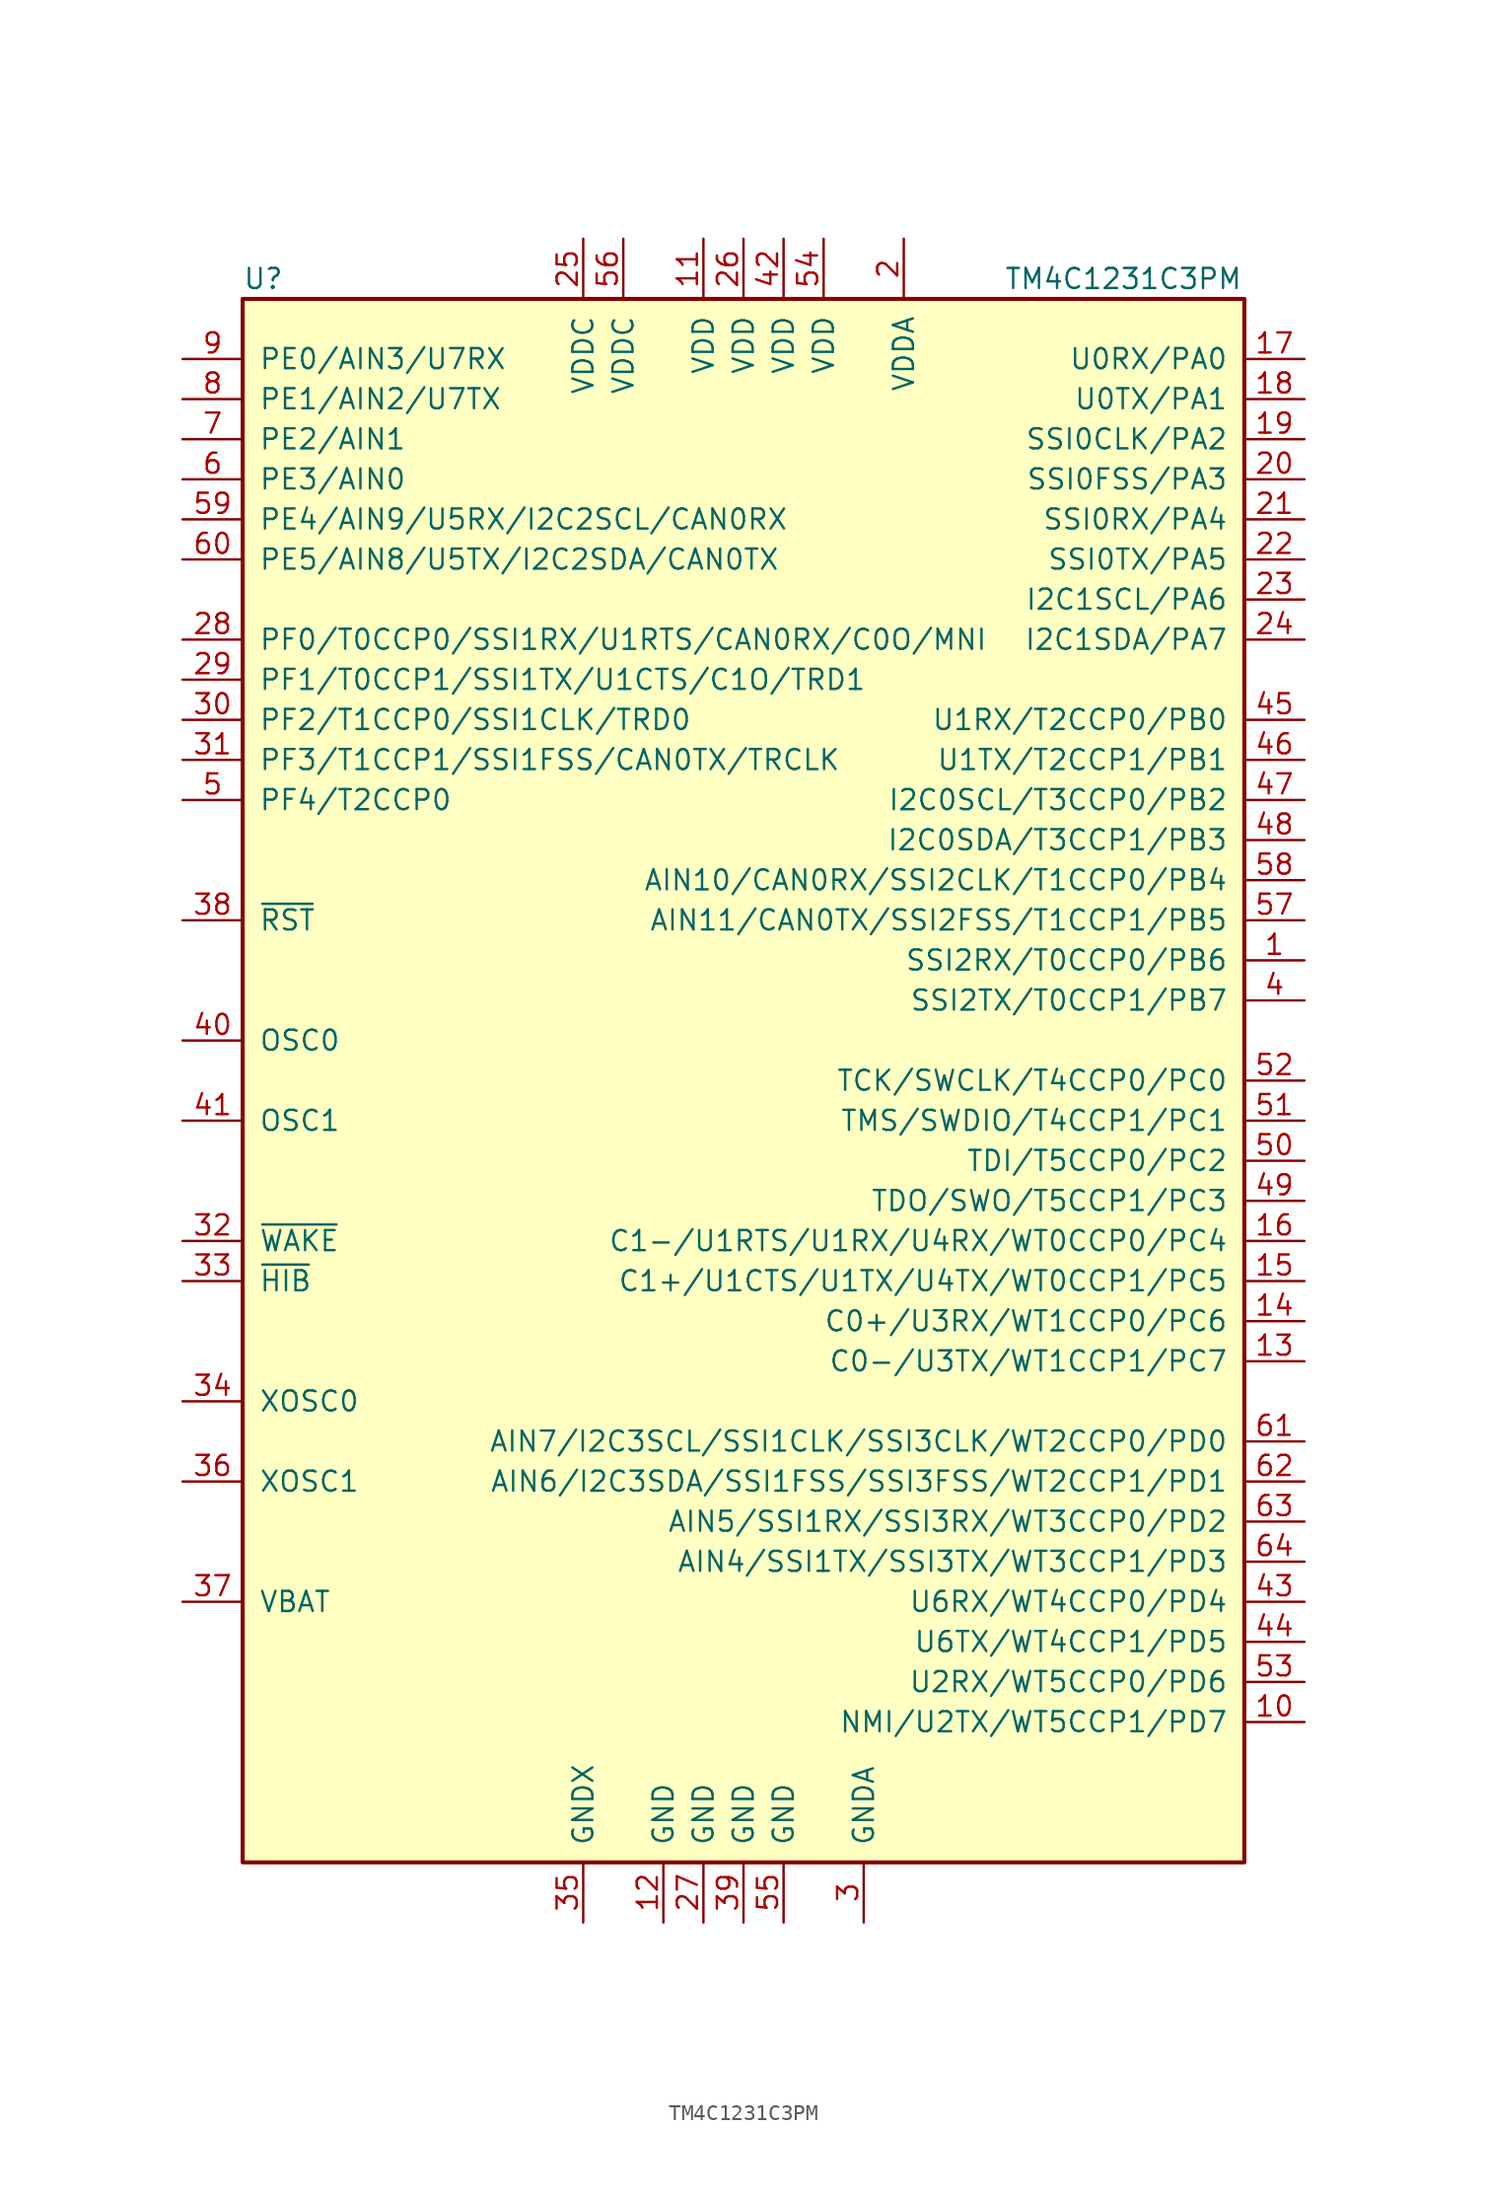
<source format=kicad_sym>
(kicad_symbol_lib
  (version 20241209)
  (generator "kicad_symbol_editor")
  (generator_version "9.0")
  (symbol "TM4C1231C3PM"
    (pin_names
      (offset 1.016))
    (property "Reference" "U"
      (at -31.75 50.8 0)
      (effects (font (size 1.27 1.27)) (justify left)))
    (property "Value" "TM4C1231C3PM"
      (at 16.51 50.8 0)
      (effects (font (size 1.27 1.27)) (justify left)))
    (symbol "TM4C1231C3PM_0_1"
      (rectangle (start -31.75 49.53) (end 31.75 -49.53) (stroke (width 0.254) (type default)) (fill (type background))))
    (symbol "TM4C1231C3PM_1_1"
      (pin bidirectional line (at -35.56 45.72 0) (length 3.81) (name "PE0/AIN3/U7RX" (effects (font (size 1.27 1.27)))) (number "9" (effects (font (size 1.27 1.27)))))
      (pin bidirectional line (at -35.56 43.18 0) (length 3.81) (name "PE1/AIN2/U7TX" (effects (font (size 1.27 1.27)))) (number "8" (effects (font (size 1.27 1.27)))))
      (pin bidirectional line (at -35.56 40.64 0) (length 3.81) (name "PE2/AIN1" (effects (font (size 1.27 1.27)))) (number "7" (effects (font (size 1.27 1.27)))))
      (pin bidirectional line (at -35.56 38.1 0) (length 3.81) (name "PE3/AIN0" (effects (font (size 1.27 1.27)))) (number "6" (effects (font (size 1.27 1.27)))))
      (pin bidirectional line (at -35.56 35.56 0) (length 3.81) (name "PE4/AIN9/U5RX/I2C2SCL/CAN0RX" (effects (font (size 1.27 1.27)))) (number "59" (effects (font (size 1.27 1.27)))))
      (pin bidirectional line (at -35.56 33.02 0) (length 3.81) (name "PE5/AIN8/U5TX/I2C2SDA/CAN0TX" (effects (font (size 1.27 1.27)))) (number "60" (effects (font (size 1.27 1.27)))))
      (pin bidirectional line (at -35.56 27.94 0) (length 3.81) (name "PF0/T0CCP0/SSI1RX/U1RTS/CAN0RX/C0O/MNI" (effects (font (size 1.27 1.27)))) (number "28" (effects (font (size 1.27 1.27)))))
      (pin bidirectional line (at -35.56 25.4 0) (length 3.81) (name "PF1/T0CCP1/SSI1TX/U1CTS/C1O/TRD1" (effects (font (size 1.27 1.27)))) (number "29" (effects (font (size 1.27 1.27)))))
      (pin bidirectional line (at -35.56 22.86 0) (length 3.81) (name "PF2/T1CCP0/SSI1CLK/TRD0" (effects (font (size 1.27 1.27)))) (number "30" (effects (font (size 1.27 1.27)))))
      (pin bidirectional line (at -35.56 20.32 0) (length 3.81) (name "PF3/T1CCP1/SSI1FSS/CAN0TX/TRCLK" (effects (font (size 1.27 1.27)))) (number "31" (effects (font (size 1.27 1.27)))))
      (pin bidirectional line (at -35.56 17.78 0) (length 3.81) (name "PF4/T2CCP0" (effects (font (size 1.27 1.27)))) (number "5" (effects (font (size 1.27 1.27)))))
      (pin input line (at -35.56 10.16 0) (length 3.81) (name "~{RST}" (effects (font (size 1.27 1.27)))) (number "38" (effects (font (size 1.27 1.27)))))
      (pin passive line (at -35.56 2.54 0) (length 3.81) (name "OSC0" (effects (font (size 1.27 1.27)))) (number "40" (effects (font (size 1.27 1.27)))))
      (pin passive line (at -35.56 -2.54 0) (length 3.81) (name "OSC1" (effects (font (size 1.27 1.27)))) (number "41" (effects (font (size 1.27 1.27)))))
      (pin input line (at -35.56 -10.16 0) (length 3.81) (name "~{WAKE}" (effects (font (size 1.27 1.27)))) (number "32" (effects (font (size 1.27 1.27)))))
      (pin open_collector line (at -35.56 -12.7 0) (length 3.81) (name "~{HIB}" (effects (font (size 1.27 1.27)))) (number "33" (effects (font (size 1.27 1.27)))))
      (pin passive line (at -35.56 -20.32 0) (length 3.81) (name "XOSC0" (effects (font (size 1.27 1.27)))) (number "34" (effects (font (size 1.27 1.27)))))
      (pin passive line (at -35.56 -25.4 0) (length 3.81) (name "XOSC1" (effects (font (size 1.27 1.27)))) (number "36" (effects (font (size 1.27 1.27)))))
      (pin passive line (at -35.56 -33.02 0) (length 3.81) (name "VBAT" (effects (font (size 1.27 1.27)))) (number "37" (effects (font (size 1.27 1.27)))))
      (pin power_in line (at -10.16 53.34 270) (length 3.81) (name "VDDC" (effects (font (size 1.27 1.27)))) (number "25" (effects (font (size 1.27 1.27)))))
      (pin power_in line (at -10.16 -53.34 90) (length 3.81) (name "GNDX" (effects (font (size 1.27 1.27)))) (number "35" (effects (font (size 1.27 1.27)))))
      (pin power_in line (at -7.62 53.34 270) (length 3.81) (name "VDDC" (effects (font (size 1.27 1.27)))) (number "56" (effects (font (size 1.27 1.27)))))
      (pin power_in line (at -5.08 -53.34 90) (length 3.81) (name "GND" (effects (font (size 1.27 1.27)))) (number "12" (effects (font (size 1.27 1.27)))))
      (pin power_in line (at -2.54 53.34 270) (length 3.81) (name "VDD" (effects (font (size 1.27 1.27)))) (number "11" (effects (font (size 1.27 1.27)))))
      (pin power_in line (at -2.54 -53.34 90) (length 3.81) (name "GND" (effects (font (size 1.27 1.27)))) (number "27" (effects (font (size 1.27 1.27)))))
      (pin power_in line (at 0 53.34 270) (length 3.81) (name "VDD" (effects (font (size 1.27 1.27)))) (number "26" (effects (font (size 1.27 1.27)))))
      (pin bidirectional line (at 0 -53.34 90) (length 3.81) (name "GND" (effects (font (size 1.27 1.27)))) (number "39" (effects (font (size 1.27 1.27)))))
      (pin power_in line (at 2.54 53.34 270) (length 3.81) (name "VDD" (effects (font (size 1.27 1.27)))) (number "42" (effects (font (size 1.27 1.27)))))
      (pin power_in line (at 2.54 -53.34 90) (length 3.81) (name "GND" (effects (font (size 1.27 1.27)))) (number "55" (effects (font (size 1.27 1.27)))))
      (pin power_in line (at 5.08 53.34 270) (length 3.81) (name "VDD" (effects (font (size 1.27 1.27)))) (number "54" (effects (font (size 1.27 1.27)))))
      (pin power_in line (at 7.62 -53.34 90) (length 3.81) (name "GNDA" (effects (font (size 1.27 1.27)))) (number "3" (effects (font (size 1.27 1.27)))))
      (pin power_in line (at 10.16 53.34 270) (length 3.81) (name "VDDA" (effects (font (size 1.27 1.27)))) (number "2" (effects (font (size 1.27 1.27)))))
      (pin bidirectional line (at 35.56 45.72 180) (length 3.81) (name "U0RX/PA0" (effects (font (size 1.27 1.27)))) (number "17" (effects (font (size 1.27 1.27)))))
      (pin bidirectional line (at 35.56 43.18 180) (length 3.81) (name "U0TX/PA1" (effects (font (size 1.27 1.27)))) (number "18" (effects (font (size 1.27 1.27)))))
      (pin bidirectional line (at 35.56 40.64 180) (length 3.81) (name "SSI0CLK/PA2" (effects (font (size 1.27 1.27)))) (number "19" (effects (font (size 1.27 1.27)))))
      (pin bidirectional line (at 35.56 38.1 180) (length 3.81) (name "SSI0FSS/PA3" (effects (font (size 1.27 1.27)))) (number "20" (effects (font (size 1.27 1.27)))))
      (pin bidirectional line (at 35.56 35.56 180) (length 3.81) (name "SSI0RX/PA4" (effects (font (size 1.27 1.27)))) (number "21" (effects (font (size 1.27 1.27)))))
      (pin bidirectional line (at 35.56 33.02 180) (length 3.81) (name "SSI0TX/PA5" (effects (font (size 1.27 1.27)))) (number "22" (effects (font (size 1.27 1.27)))))
      (pin bidirectional line (at 35.56 30.48 180) (length 3.81) (name "I2C1SCL/PA6" (effects (font (size 1.27 1.27)))) (number "23" (effects (font (size 1.27 1.27)))))
      (pin bidirectional line (at 35.56 27.94 180) (length 3.81) (name "I2C1SDA/PA7" (effects (font (size 1.27 1.27)))) (number "24" (effects (font (size 1.27 1.27)))))
      (pin bidirectional line (at 35.56 22.86 180) (length 3.81) (name "U1RX/T2CCP0/PB0" (effects (font (size 1.27 1.27)))) (number "45" (effects (font (size 1.27 1.27)))))
      (pin bidirectional line (at 35.56 20.32 180) (length 3.81) (name "U1TX/T2CCP1/PB1" (effects (font (size 1.27 1.27)))) (number "46" (effects (font (size 1.27 1.27)))))
      (pin bidirectional line (at 35.56 17.78 180) (length 3.81) (name "I2C0SCL/T3CCP0/PB2" (effects (font (size 1.27 1.27)))) (number "47" (effects (font (size 1.27 1.27)))))
      (pin bidirectional line (at 35.56 15.24 180) (length 3.81) (name "I2C0SDA/T3CCP1/PB3" (effects (font (size 1.27 1.27)))) (number "48" (effects (font (size 1.27 1.27)))))
      (pin bidirectional line (at 35.56 12.7 180) (length 3.81) (name "AIN10/CAN0RX/SSI2CLK/T1CCP0/PB4" (effects (font (size 1.27 1.27)))) (number "58" (effects (font (size 1.27 1.27)))))
      (pin bidirectional line (at 35.56 10.16 180) (length 3.81) (name "AIN11/CAN0TX/SSI2FSS/T1CCP1/PB5" (effects (font (size 1.27 1.27)))) (number "57" (effects (font (size 1.27 1.27)))))
      (pin bidirectional line (at 35.56 7.62 180) (length 3.81) (name "SSI2RX/T0CCP0/PB6" (effects (font (size 1.27 1.27)))) (number "1" (effects (font (size 1.27 1.27)))))
      (pin bidirectional line (at 35.56 5.08 180) (length 3.81) (name "SSI2TX/T0CCP1/PB7" (effects (font (size 1.27 1.27)))) (number "4" (effects (font (size 1.27 1.27)))))
      (pin bidirectional line (at 35.56 0 180) (length 3.81) (name "TCK/SWCLK/T4CCP0/PC0" (effects (font (size 1.27 1.27)))) (number "52" (effects (font (size 1.27 1.27)))))
      (pin bidirectional line (at 35.56 -2.54 180) (length 3.81) (name "TMS/SWDIO/T4CCP1/PC1" (effects (font (size 1.27 1.27)))) (number "51" (effects (font (size 1.27 1.27)))))
      (pin bidirectional line (at 35.56 -5.08 180) (length 3.81) (name "TDI/T5CCP0/PC2" (effects (font (size 1.27 1.27)))) (number "50" (effects (font (size 1.27 1.27)))))
      (pin bidirectional line (at 35.56 -7.62 180) (length 3.81) (name "TDO/SWO/T5CCP1/PC3" (effects (font (size 1.27 1.27)))) (number "49" (effects (font (size 1.27 1.27)))))
      (pin bidirectional line (at 35.56 -10.16 180) (length 3.81) (name "C1-/U1RTS/U1RX/U4RX/WT0CCP0/PC4" (effects (font (size 1.27 1.27)))) (number "16" (effects (font (size 1.27 1.27)))))
      (pin bidirectional line (at 35.56 -12.7 180) (length 3.81) (name "C1+/U1CTS/U1TX/U4TX/WT0CCP1/PC5" (effects (font (size 1.27 1.27)))) (number "15" (effects (font (size 1.27 1.27)))))
      (pin bidirectional line (at 35.56 -15.24 180) (length 3.81) (name "C0+/U3RX/WT1CCP0/PC6" (effects (font (size 1.27 1.27)))) (number "14" (effects (font (size 1.27 1.27)))))
      (pin bidirectional line (at 35.56 -17.78 180) (length 3.81) (name "C0-/U3TX/WT1CCP1/PC7" (effects (font (size 1.27 1.27)))) (number "13" (effects (font (size 1.27 1.27)))))
      (pin bidirectional line (at 35.56 -22.86 180) (length 3.81) (name "AIN7/I2C3SCL/SSI1CLK/SSI3CLK/WT2CCP0/PD0" (effects (font (size 1.27 1.27)))) (number "61" (effects (font (size 1.27 1.27)))))
      (pin bidirectional line (at 35.56 -25.4 180) (length 3.81) (name "AIN6/I2C3SDA/SSI1FSS/SSI3FSS/WT2CCP1/PD1" (effects (font (size 1.27 1.27)))) (number "62" (effects (font (size 1.27 1.27)))))
      (pin bidirectional line (at 35.56 -27.94 180) (length 3.81) (name "AIN5/SSI1RX/SSI3RX/WT3CCP0/PD2" (effects (font (size 1.27 1.27)))) (number "63" (effects (font (size 1.27 1.27)))))
      (pin bidirectional line (at 35.56 -30.48 180) (length 3.81) (name "AIN4/SSI1TX/SSI3TX/WT3CCP1/PD3" (effects (font (size 1.27 1.27)))) (number "64" (effects (font (size 1.27 1.27)))))
      (pin bidirectional line (at 35.56 -33.02 180) (length 3.81) (name "U6RX/WT4CCP0/PD4" (effects (font (size 1.27 1.27)))) (number "43" (effects (font (size 1.27 1.27)))))
      (pin bidirectional line (at 35.56 -35.56 180) (length 3.81) (name "U6TX/WT4CCP1/PD5" (effects (font (size 1.27 1.27)))) (number "44" (effects (font (size 1.27 1.27)))))
      (pin bidirectional line (at 35.56 -38.1 180) (length 3.81) (name "U2RX/WT5CCP0/PD6" (effects (font (size 1.27 1.27)))) (number "53" (effects (font (size 1.27 1.27)))))
      (pin bidirectional line (at 35.56 -40.64 180) (length 3.81) (name "NMI/U2TX/WT5CCP1/PD7" (effects (font (size 1.27 1.27)))) (number "10" (effects (font (size 1.27 1.27))))))))
</source>
